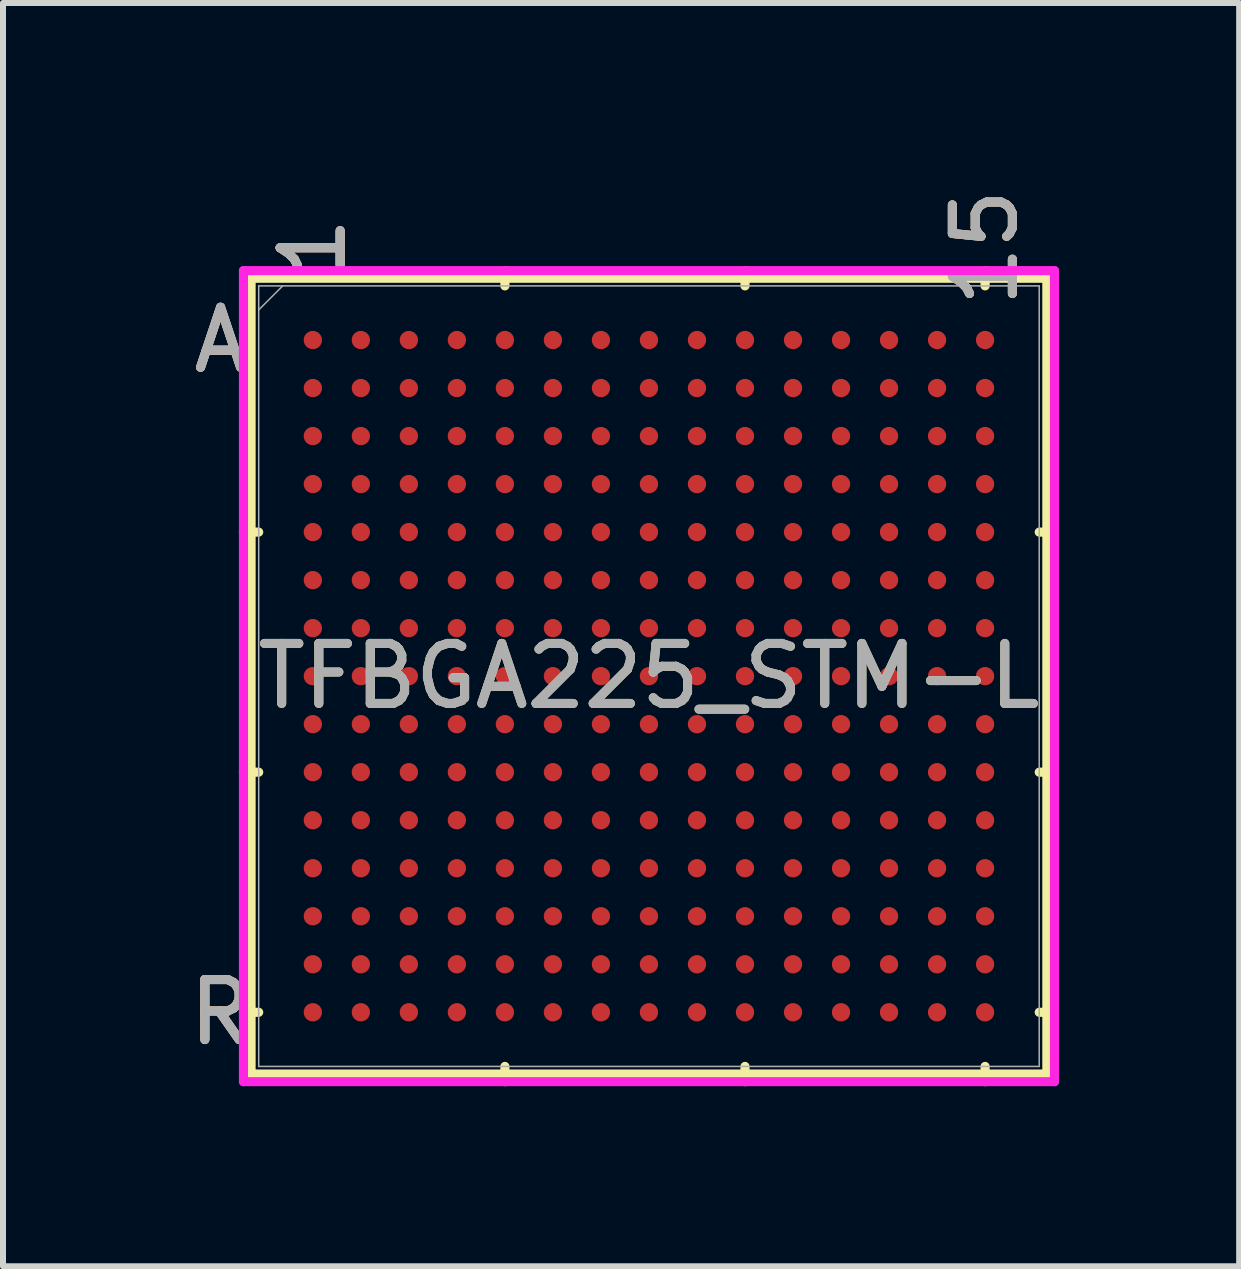
<source format=kicad_pcb>
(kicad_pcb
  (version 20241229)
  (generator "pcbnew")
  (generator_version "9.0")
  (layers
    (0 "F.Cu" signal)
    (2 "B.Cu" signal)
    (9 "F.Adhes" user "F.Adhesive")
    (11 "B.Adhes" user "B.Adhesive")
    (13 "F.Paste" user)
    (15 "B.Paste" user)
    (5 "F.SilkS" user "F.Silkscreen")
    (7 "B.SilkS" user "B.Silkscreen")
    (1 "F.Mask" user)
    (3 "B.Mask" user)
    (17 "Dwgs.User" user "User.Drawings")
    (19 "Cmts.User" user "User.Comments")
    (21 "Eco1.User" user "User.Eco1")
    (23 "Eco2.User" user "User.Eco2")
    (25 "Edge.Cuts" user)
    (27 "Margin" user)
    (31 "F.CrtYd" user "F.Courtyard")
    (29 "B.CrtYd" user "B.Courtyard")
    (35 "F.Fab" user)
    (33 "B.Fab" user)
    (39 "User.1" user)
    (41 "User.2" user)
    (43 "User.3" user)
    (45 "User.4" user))
  (footprint "TFBGA225_STM-L"
    (layer "F.Cu")
    (at 7.762 8.215)
    (property "Reference" "TFBGA225_STM-L" (at 0 0 0) (unlocked yes) (layer "F.SilkS") (effects (font (size 1 1) (thickness 0.15))))
    (attr smd)
    (fp_line (start -6.629 -6.629) (end -6.629 6.629) (stroke (width 0.152) (type solid)) (layer "F.SilkS"))
    (fp_line (start -6.629 6.629) (end 6.629 6.629) (stroke (width 0.152) (type solid)) (layer "F.SilkS"))
    (fp_line (start -6.502 -2.4) (end -6.756 -2.4) (stroke (width 0.152) (type solid)) (layer "F.SilkS"))
    (fp_line (start -6.502 1.6) (end -6.756 1.6) (stroke (width 0.152) (type solid)) (layer "F.SilkS"))
    (fp_line (start -6.502 5.6) (end -6.756 5.6) (stroke (width 0.152) (type solid)) (layer "F.SilkS"))
    (fp_line (start -2.4 -6.502) (end -2.4 -6.756) (stroke (width 0.152) (type solid)) (layer "F.SilkS"))
    (fp_line (start -2.4 6.502) (end -2.4 6.756) (stroke (width 0.152) (type solid)) (layer "F.SilkS"))
    (fp_line (start 1.6 -6.502) (end 1.6 -6.756) (stroke (width 0.152) (type solid)) (layer "F.SilkS"))
    (fp_line (start 1.6 6.502) (end 1.6 6.756) (stroke (width 0.152) (type solid)) (layer "F.SilkS"))
    (fp_line (start 5.6 -6.502) (end 5.6 -6.756) (stroke (width 0.152) (type solid)) (layer "F.SilkS"))
    (fp_line (start 5.6 6.502) (end 5.6 6.756) (stroke (width 0.152) (type solid)) (layer "F.SilkS"))
    (fp_line (start 6.502 -2.4) (end 6.756 -2.4) (stroke (width 0.152) (type solid)) (layer "F.SilkS"))
    (fp_line (start 6.502 1.6) (end 6.756 1.6) (stroke (width 0.152) (type solid)) (layer "F.SilkS"))
    (fp_line (start 6.502 5.6) (end 6.756 5.6) (stroke (width 0.152) (type solid)) (layer "F.SilkS"))
    (fp_line (start 6.629 -6.629) (end -6.629 -6.629) (stroke (width 0.152) (type solid)) (layer "F.SilkS"))
    (fp_line (start 6.629 6.629) (end 6.629 -6.629) (stroke (width 0.152) (type solid)) (layer "F.SilkS"))
    (fp_poly (pts (xy -6.444 -6.444) (xy 6.444 -6.444) (xy 6.444 6.444) (xy -6.444 6.444)) (stroke (width 0.1) (type solid)) (fill no) (layer "Eco2.User"))
    (fp_line (start -6.756 -6.756) (end 6.756 -6.756) (stroke (width 0.152) (type solid)) (layer "F.CrtYd"))
    (fp_line (start -6.756 6.756) (end -6.756 -6.756) (stroke (width 0.152) (type solid)) (layer "F.CrtYd"))
    (fp_line (start 6.756 -6.756) (end 6.756 6.756) (stroke (width 0.152) (type solid)) (layer "F.CrtYd"))
    (fp_line (start 6.756 6.756) (end -6.756 6.756) (stroke (width 0.152) (type solid)) (layer "F.CrtYd"))
    (fp_line (start -6.502 -6.502) (end -6.502 6.502) (stroke (width 0.025) (type solid)) (layer "F.Fab"))
    (fp_line (start -6.502 6.502) (end 6.502 6.502) (stroke (width 0.025) (type solid)) (layer "F.Fab"))
    (fp_line (start -6.102 -6.502) (end -6.502 -6.102) (stroke (width 0.025) (type solid)) (layer "F.Fab"))
    (fp_line (start 6.502 -6.502) (end -6.502 -6.502) (stroke (width 0.025) (type solid)) (layer "F.Fab"))
    (fp_line (start 6.502 6.502) (end 6.502 -6.502) (stroke (width 0.025) (type solid)) (layer "F.Fab"))
    (fp_text user "R" (at -7.137 5.6 0) (unlocked yes) (layer "F.SilkS") (effects (font (size 1 1) (thickness 0.15))))
    (fp_text user "A" (at -7.137 -5.6 0) (unlocked yes) (layer "F.SilkS") (effects (font (size 1 1) (thickness 0.15))))
    (fp_text user "15" (at 5.6 -7.137 90) (unlocked yes) (layer "F.SilkS") (effects (font (size 1 1) (thickness 0.15))))
    (fp_text user "1" (at -5.6 -7.137 90) (unlocked yes) (layer "F.SilkS") (effects (font (size 1 1) (thickness 0.15))))
    (fp_text user "A" (at -7.137 -5.6 0) (unlocked yes) (layer "B.SilkS") (effects (font (size 1 1) (thickness 0.15))))
    (fp_text user "15" (at 5.6 -7.137 90) (unlocked yes) (layer "B.SilkS") (effects (font (size 1 1) (thickness 0.15))))
    (fp_text user "1" (at -5.6 -7.137 90) (unlocked yes) (layer "B.SilkS") (effects (font (size 1 1) (thickness 0.15))))
    (fp_text user "R" (at -7.137 5.6 0) (unlocked yes) (layer "B.SilkS") (effects (font (size 1 1) (thickness 0.15))))
    (fp_text user "15" (at 5.6 -7.137 90) (unlocked yes) (layer "F.Fab") (effects (font (size 1 1) (thickness 0.15))))
    (fp_text user "R" (at -7.137 5.6 0) (unlocked yes) (layer "F.Fab") (effects (font (size 1 1) (thickness 0.15))))
    (fp_text user "${REFERENCE}" (at 0 0 0) (unlocked yes) (layer "F.Fab") (effects (font (size 1 1) (thickness 0.15))))
    (fp_text user "A" (at -7.137 -5.6 0) (unlocked yes) (layer "F.Fab") (effects (font (size 1 1) (thickness 0.15))))
    (fp_text user "1" (at -5.6 -7.137 90) (unlocked yes) (layer "F.Fab") (effects (font (size 1 1) (thickness 0.15))))
    (pad "A1" smd circle (at -5.6 -5.6) (size 0.305 0.305) (layers "F.Cu" "F.Mask" "F.Paste"))
    (pad "A2" smd circle (at -4.8 -5.6) (size 0.305 0.305) (layers "F.Cu" "F.Mask" "F.Paste"))
    (pad "A3" smd circle (at -4 -5.6) (size 0.305 0.305) (layers "F.Cu" "F.Mask" "F.Paste"))
    (pad "A4" smd circle (at -3.2 -5.6) (size 0.305 0.305) (layers "F.Cu" "F.Mask" "F.Paste"))
    (pad "A5" smd circle (at -2.4 -5.6) (size 0.305 0.305) (layers "F.Cu" "F.Mask" "F.Paste"))
    (pad "A6" smd circle (at -1.6 -5.6) (size 0.305 0.305) (layers "F.Cu" "F.Mask" "F.Paste"))
    (pad "A7" smd circle (at -0.8 -5.6) (size 0.305 0.305) (layers "F.Cu" "F.Mask" "F.Paste"))
    (pad "A8" smd circle (at 0 -5.6) (size 0.305 0.305) (layers "F.Cu" "F.Mask" "F.Paste"))
    (pad "A9" smd circle (at 0.8 -5.6) (size 0.305 0.305) (layers "F.Cu" "F.Mask" "F.Paste"))
    (pad "A10" smd circle (at 1.6 -5.6) (size 0.305 0.305) (layers "F.Cu" "F.Mask" "F.Paste"))
    (pad "A11" smd circle (at 2.4 -5.6) (size 0.305 0.305) (layers "F.Cu" "F.Mask" "F.Paste"))
    (pad "A12" smd circle (at 3.2 -5.6) (size 0.305 0.305) (layers "F.Cu" "F.Mask" "F.Paste"))
    (pad "A13" smd circle (at 4 -5.6) (size 0.305 0.305) (layers "F.Cu" "F.Mask" "F.Paste"))
    (pad "A14" smd circle (at 4.8 -5.6) (size 0.305 0.305) (layers "F.Cu" "F.Mask" "F.Paste"))
    (pad "A15" smd circle (at 5.6 -5.6) (size 0.305 0.305) (layers "F.Cu" "F.Mask" "F.Paste"))
    (pad "B1" smd circle (at -5.6 -4.8) (size 0.305 0.305) (layers "F.Cu" "F.Mask" "F.Paste"))
    (pad "B2" smd circle (at -4.8 -4.8) (size 0.305 0.305) (layers "F.Cu" "F.Mask" "F.Paste"))
    (pad "B3" smd circle (at -4 -4.8) (size 0.305 0.305) (layers "F.Cu" "F.Mask" "F.Paste"))
    (pad "B4" smd circle (at -3.2 -4.8) (size 0.305 0.305) (layers "F.Cu" "F.Mask" "F.Paste"))
    (pad "B5" smd circle (at -2.4 -4.8) (size 0.305 0.305) (layers "F.Cu" "F.Mask" "F.Paste"))
    (pad "B6" smd circle (at -1.6 -4.8) (size 0.305 0.305) (layers "F.Cu" "F.Mask" "F.Paste"))
    (pad "B7" smd circle (at -0.8 -4.8) (size 0.305 0.305) (layers "F.Cu" "F.Mask" "F.Paste"))
    (pad "B8" smd circle (at 0 -4.8) (size 0.305 0.305) (layers "F.Cu" "F.Mask" "F.Paste"))
    (pad "B9" smd circle (at 0.8 -4.8) (size 0.305 0.305) (layers "F.Cu" "F.Mask" "F.Paste"))
    (pad "B10" smd circle (at 1.6 -4.8) (size 0.305 0.305) (layers "F.Cu" "F.Mask" "F.Paste"))
    (pad "B11" smd circle (at 2.4 -4.8) (size 0.305 0.305) (layers "F.Cu" "F.Mask" "F.Paste"))
    (pad "B12" smd circle (at 3.2 -4.8) (size 0.305 0.305) (layers "F.Cu" "F.Mask" "F.Paste"))
    (pad "B13" smd circle (at 4 -4.8) (size 0.305 0.305) (layers "F.Cu" "F.Mask" "F.Paste"))
    (pad "B14" smd circle (at 4.8 -4.8) (size 0.305 0.305) (layers "F.Cu" "F.Mask" "F.Paste"))
    (pad "B15" smd circle (at 5.6 -4.8) (size 0.305 0.305) (layers "F.Cu" "F.Mask" "F.Paste"))
    (pad "C1" smd circle (at -5.6 -4) (size 0.305 0.305) (layers "F.Cu" "F.Mask" "F.Paste"))
    (pad "C2" smd circle (at -4.8 -4) (size 0.305 0.305) (layers "F.Cu" "F.Mask" "F.Paste"))
    (pad "C3" smd circle (at -4 -4) (size 0.305 0.305) (layers "F.Cu" "F.Mask" "F.Paste"))
    (pad "C4" smd circle (at -3.2 -4) (size 0.305 0.305) (layers "F.Cu" "F.Mask" "F.Paste"))
    (pad "C5" smd circle (at -2.4 -4) (size 0.305 0.305) (layers "F.Cu" "F.Mask" "F.Paste"))
    (pad "C6" smd circle (at -1.6 -4) (size 0.305 0.305) (layers "F.Cu" "F.Mask" "F.Paste"))
    (pad "C7" smd circle (at -0.8 -4) (size 0.305 0.305) (layers "F.Cu" "F.Mask" "F.Paste"))
    (pad "C8" smd circle (at 0 -4) (size 0.305 0.305) (layers "F.Cu" "F.Mask" "F.Paste"))
    (pad "C9" smd circle (at 0.8 -4) (size 0.305 0.305) (layers "F.Cu" "F.Mask" "F.Paste"))
    (pad "C10" smd circle (at 1.6 -4) (size 0.305 0.305) (layers "F.Cu" "F.Mask" "F.Paste"))
    (pad "C11" smd circle (at 2.4 -4) (size 0.305 0.305) (layers "F.Cu" "F.Mask" "F.Paste"))
    (pad "C12" smd circle (at 3.2 -4) (size 0.305 0.305) (layers "F.Cu" "F.Mask" "F.Paste"))
    (pad "C13" smd circle (at 4 -4) (size 0.305 0.305) (layers "F.Cu" "F.Mask" "F.Paste"))
    (pad "C14" smd circle (at 4.8 -4) (size 0.305 0.305) (layers "F.Cu" "F.Mask" "F.Paste"))
    (pad "C15" smd circle (at 5.6 -4) (size 0.305 0.305) (layers "F.Cu" "F.Mask" "F.Paste"))
    (pad "D1" smd circle (at -5.6 -3.2) (size 0.305 0.305) (layers "F.Cu" "F.Mask" "F.Paste"))
    (pad "D2" smd circle (at -4.8 -3.2) (size 0.305 0.305) (layers "F.Cu" "F.Mask" "F.Paste"))
    (pad "D3" smd circle (at -4 -3.2) (size 0.305 0.305) (layers "F.Cu" "F.Mask" "F.Paste"))
    (pad "D4" smd circle (at -3.2 -3.2) (size 0.305 0.305) (layers "F.Cu" "F.Mask" "F.Paste"))
    (pad "D5" smd circle (at -2.4 -3.2) (size 0.305 0.305) (layers "F.Cu" "F.Mask" "F.Paste"))
    (pad "D6" smd circle (at -1.6 -3.2) (size 0.305 0.305) (layers "F.Cu" "F.Mask" "F.Paste"))
    (pad "D7" smd circle (at -0.8 -3.2) (size 0.305 0.305) (layers "F.Cu" "F.Mask" "F.Paste"))
    (pad "D8" smd circle (at 0 -3.2) (size 0.305 0.305) (layers "F.Cu" "F.Mask" "F.Paste"))
    (pad "D9" smd circle (at 0.8 -3.2) (size 0.305 0.305) (layers "F.Cu" "F.Mask" "F.Paste"))
    (pad "D10" smd circle (at 1.6 -3.2) (size 0.305 0.305) (layers "F.Cu" "F.Mask" "F.Paste"))
    (pad "D11" smd circle (at 2.4 -3.2) (size 0.305 0.305) (layers "F.Cu" "F.Mask" "F.Paste"))
    (pad "D12" smd circle (at 3.2 -3.2) (size 0.305 0.305) (layers "F.Cu" "F.Mask" "F.Paste"))
    (pad "D13" smd circle (at 4 -3.2) (size 0.305 0.305) (layers "F.Cu" "F.Mask" "F.Paste"))
    (pad "D14" smd circle (at 4.8 -3.2) (size 0.305 0.305) (layers "F.Cu" "F.Mask" "F.Paste"))
    (pad "D15" smd circle (at 5.6 -3.2) (size 0.305 0.305) (layers "F.Cu" "F.Mask" "F.Paste"))
    (pad "E1" smd circle (at -5.6 -2.4) (size 0.305 0.305) (layers "F.Cu" "F.Mask" "F.Paste"))
    (pad "E2" smd circle (at -4.8 -2.4) (size 0.305 0.305) (layers "F.Cu" "F.Mask" "F.Paste"))
    (pad "E3" smd circle (at -4 -2.4) (size 0.305 0.305) (layers "F.Cu" "F.Mask" "F.Paste"))
    (pad "E4" smd circle (at -3.2 -2.4) (size 0.305 0.305) (layers "F.Cu" "F.Mask" "F.Paste"))
    (pad "E5" smd circle (at -2.4 -2.4) (size 0.305 0.305) (layers "F.Cu" "F.Mask" "F.Paste"))
    (pad "E6" smd circle (at -1.6 -2.4) (size 0.305 0.305) (layers "F.Cu" "F.Mask" "F.Paste"))
    (pad "E7" smd circle (at -0.8 -2.4) (size 0.305 0.305) (layers "F.Cu" "F.Mask" "F.Paste"))
    (pad "E8" smd circle (at 0 -2.4) (size 0.305 0.305) (layers "F.Cu" "F.Mask" "F.Paste"))
    (pad "E9" smd circle (at 0.8 -2.4) (size 0.305 0.305) (layers "F.Cu" "F.Mask" "F.Paste"))
    (pad "E10" smd circle (at 1.6 -2.4) (size 0.305 0.305) (layers "F.Cu" "F.Mask" "F.Paste"))
    (pad "E11" smd circle (at 2.4 -2.4) (size 0.305 0.305) (layers "F.Cu" "F.Mask" "F.Paste"))
    (pad "E12" smd circle (at 3.2 -2.4) (size 0.305 0.305) (layers "F.Cu" "F.Mask" "F.Paste"))
    (pad "E13" smd circle (at 4 -2.4) (size 0.305 0.305) (layers "F.Cu" "F.Mask" "F.Paste"))
    (pad "E14" smd circle (at 4.8 -2.4) (size 0.305 0.305) (layers "F.Cu" "F.Mask" "F.Paste"))
    (pad "E15" smd circle (at 5.6 -2.4) (size 0.305 0.305) (layers "F.Cu" "F.Mask" "F.Paste"))
    (pad "F1" smd circle (at -5.6 -1.6) (size 0.305 0.305) (layers "F.Cu" "F.Mask" "F.Paste"))
    (pad "F2" smd circle (at -4.8 -1.6) (size 0.305 0.305) (layers "F.Cu" "F.Mask" "F.Paste"))
    (pad "F3" smd circle (at -4 -1.6) (size 0.305 0.305) (layers "F.Cu" "F.Mask" "F.Paste"))
    (pad "F4" smd circle (at -3.2 -1.6) (size 0.305 0.305) (layers "F.Cu" "F.Mask" "F.Paste"))
    (pad "F5" smd circle (at -2.4 -1.6) (size 0.305 0.305) (layers "F.Cu" "F.Mask" "F.Paste"))
    (pad "F6" smd circle (at -1.6 -1.6) (size 0.305 0.305) (layers "F.Cu" "F.Mask" "F.Paste"))
    (pad "F7" smd circle (at -0.8 -1.6) (size 0.305 0.305) (layers "F.Cu" "F.Mask" "F.Paste"))
    (pad "F8" smd circle (at 0 -1.6) (size 0.305 0.305) (layers "F.Cu" "F.Mask" "F.Paste"))
    (pad "F9" smd circle (at 0.8 -1.6) (size 0.305 0.305) (layers "F.Cu" "F.Mask" "F.Paste"))
    (pad "F10" smd circle (at 1.6 -1.6) (size 0.305 0.305) (layers "F.Cu" "F.Mask" "F.Paste"))
    (pad "F11" smd circle (at 2.4 -1.6) (size 0.305 0.305) (layers "F.Cu" "F.Mask" "F.Paste"))
    (pad "F12" smd circle (at 3.2 -1.6) (size 0.305 0.305) (layers "F.Cu" "F.Mask" "F.Paste"))
    (pad "F13" smd circle (at 4 -1.6) (size 0.305 0.305) (layers "F.Cu" "F.Mask" "F.Paste"))
    (pad "F14" smd circle (at 4.8 -1.6) (size 0.305 0.305) (layers "F.Cu" "F.Mask" "F.Paste"))
    (pad "F15" smd circle (at 5.6 -1.6) (size 0.305 0.305) (layers "F.Cu" "F.Mask" "F.Paste"))
    (pad "G1" smd circle (at -5.6 -0.8) (size 0.305 0.305) (layers "F.Cu" "F.Mask" "F.Paste"))
    (pad "G2" smd circle (at -4.8 -0.8) (size 0.305 0.305) (layers "F.Cu" "F.Mask" "F.Paste"))
    (pad "G3" smd circle (at -4 -0.8) (size 0.305 0.305) (layers "F.Cu" "F.Mask" "F.Paste"))
    (pad "G4" smd circle (at -3.2 -0.8) (size 0.305 0.305) (layers "F.Cu" "F.Mask" "F.Paste"))
    (pad "G5" smd circle (at -2.4 -0.8) (size 0.305 0.305) (layers "F.Cu" "F.Mask" "F.Paste"))
    (pad "G6" smd circle (at -1.6 -0.8) (size 0.305 0.305) (layers "F.Cu" "F.Mask" "F.Paste"))
    (pad "G7" smd circle (at -0.8 -0.8) (size 0.305 0.305) (layers "F.Cu" "F.Mask" "F.Paste"))
    (pad "G8" smd circle (at 0 -0.8) (size 0.305 0.305) (layers "F.Cu" "F.Mask" "F.Paste"))
    (pad "G9" smd circle (at 0.8 -0.8) (size 0.305 0.305) (layers "F.Cu" "F.Mask" "F.Paste"))
    (pad "G10" smd circle (at 1.6 -0.8) (size 0.305 0.305) (layers "F.Cu" "F.Mask" "F.Paste"))
    (pad "G11" smd circle (at 2.4 -0.8) (size 0.305 0.305) (layers "F.Cu" "F.Mask" "F.Paste"))
    (pad "G12" smd circle (at 3.2 -0.8) (size 0.305 0.305) (layers "F.Cu" "F.Mask" "F.Paste"))
    (pad "G13" smd circle (at 4 -0.8) (size 0.305 0.305) (layers "F.Cu" "F.Mask" "F.Paste"))
    (pad "G14" smd circle (at 4.8 -0.8) (size 0.305 0.305) (layers "F.Cu" "F.Mask" "F.Paste"))
    (pad "G15" smd circle (at 5.6 -0.8) (size 0.305 0.305) (layers "F.Cu" "F.Mask" "F.Paste"))
    (pad "H1" smd circle (at -5.6 0) (size 0.305 0.305) (layers "F.Cu" "F.Mask" "F.Paste"))
    (pad "H2" smd circle (at -4.8 0) (size 0.305 0.305) (layers "F.Cu" "F.Mask" "F.Paste"))
    (pad "H3" smd circle (at -4 0) (size 0.305 0.305) (layers "F.Cu" "F.Mask" "F.Paste"))
    (pad "H4" smd circle (at -3.2 0) (size 0.305 0.305) (layers "F.Cu" "F.Mask" "F.Paste"))
    (pad "H5" smd circle (at -2.4 0) (size 0.305 0.305) (layers "F.Cu" "F.Mask" "F.Paste"))
    (pad "H6" smd circle (at -1.6 0) (size 0.305 0.305) (layers "F.Cu" "F.Mask" "F.Paste"))
    (pad "H7" smd circle (at -0.8 0) (size 0.305 0.305) (layers "F.Cu" "F.Mask" "F.Paste"))
    (pad "H8" smd circle (at 0 0) (size 0.305 0.305) (layers "F.Cu" "F.Mask" "F.Paste"))
    (pad "H9" smd circle (at 0.8 0) (size 0.305 0.305) (layers "F.Cu" "F.Mask" "F.Paste"))
    (pad "H10" smd circle (at 1.6 0) (size 0.305 0.305) (layers "F.Cu" "F.Mask" "F.Paste"))
    (pad "H11" smd circle (at 2.4 0) (size 0.305 0.305) (layers "F.Cu" "F.Mask" "F.Paste"))
    (pad "H12" smd circle (at 3.2 0) (size 0.305 0.305) (layers "F.Cu" "F.Mask" "F.Paste"))
    (pad "H13" smd circle (at 4 0) (size 0.305 0.305) (layers "F.Cu" "F.Mask" "F.Paste"))
    (pad "H14" smd circle (at 4.8 0) (size 0.305 0.305) (layers "F.Cu" "F.Mask" "F.Paste"))
    (pad "H15" smd circle (at 5.6 0) (size 0.305 0.305) (layers "F.Cu" "F.Mask" "F.Paste"))
    (pad "J1" smd circle (at -5.6 0.8) (size 0.305 0.305) (layers "F.Cu" "F.Mask" "F.Paste"))
    (pad "J2" smd circle (at -4.8 0.8) (size 0.305 0.305) (layers "F.Cu" "F.Mask" "F.Paste"))
    (pad "J3" smd circle (at -4 0.8) (size 0.305 0.305) (layers "F.Cu" "F.Mask" "F.Paste"))
    (pad "J4" smd circle (at -3.2 0.8) (size 0.305 0.305) (layers "F.Cu" "F.Mask" "F.Paste"))
    (pad "J5" smd circle (at -2.4 0.8) (size 0.305 0.305) (layers "F.Cu" "F.Mask" "F.Paste"))
    (pad "J6" smd circle (at -1.6 0.8) (size 0.305 0.305) (layers "F.Cu" "F.Mask" "F.Paste"))
    (pad "J7" smd circle (at -0.8 0.8) (size 0.305 0.305) (layers "F.Cu" "F.Mask" "F.Paste"))
    (pad "J8" smd circle (at 0 0.8) (size 0.305 0.305) (layers "F.Cu" "F.Mask" "F.Paste"))
    (pad "J9" smd circle (at 0.8 0.8) (size 0.305 0.305) (layers "F.Cu" "F.Mask" "F.Paste"))
    (pad "J10" smd circle (at 1.6 0.8) (size 0.305 0.305) (layers "F.Cu" "F.Mask" "F.Paste"))
    (pad "J11" smd circle (at 2.4 0.8) (size 0.305 0.305) (layers "F.Cu" "F.Mask" "F.Paste"))
    (pad "J12" smd circle (at 3.2 0.8) (size 0.305 0.305) (layers "F.Cu" "F.Mask" "F.Paste"))
    (pad "J13" smd circle (at 4 0.8) (size 0.305 0.305) (layers "F.Cu" "F.Mask" "F.Paste"))
    (pad "J14" smd circle (at 4.8 0.8) (size 0.305 0.305) (layers "F.Cu" "F.Mask" "F.Paste"))
    (pad "J15" smd circle (at 5.6 0.8) (size 0.305 0.305) (layers "F.Cu" "F.Mask" "F.Paste"))
    (pad "K1" smd circle (at -5.6 1.6) (size 0.305 0.305) (layers "F.Cu" "F.Mask" "F.Paste"))
    (pad "K2" smd circle (at -4.8 1.6) (size 0.305 0.305) (layers "F.Cu" "F.Mask" "F.Paste"))
    (pad "K3" smd circle (at -4 1.6) (size 0.305 0.305) (layers "F.Cu" "F.Mask" "F.Paste"))
    (pad "K4" smd circle (at -3.2 1.6) (size 0.305 0.305) (layers "F.Cu" "F.Mask" "F.Paste"))
    (pad "K5" smd circle (at -2.4 1.6) (size 0.305 0.305) (layers "F.Cu" "F.Mask" "F.Paste"))
    (pad "K6" smd circle (at -1.6 1.6) (size 0.305 0.305) (layers "F.Cu" "F.Mask" "F.Paste"))
    (pad "K7" smd circle (at -0.8 1.6) (size 0.305 0.305) (layers "F.Cu" "F.Mask" "F.Paste"))
    (pad "K8" smd circle (at 0 1.6) (size 0.305 0.305) (layers "F.Cu" "F.Mask" "F.Paste"))
    (pad "K9" smd circle (at 0.8 1.6) (size 0.305 0.305) (layers "F.Cu" "F.Mask" "F.Paste"))
    (pad "K10" smd circle (at 1.6 1.6) (size 0.305 0.305) (layers "F.Cu" "F.Mask" "F.Paste"))
    (pad "K11" smd circle (at 2.4 1.6) (size 0.305 0.305) (layers "F.Cu" "F.Mask" "F.Paste"))
    (pad "K12" smd circle (at 3.2 1.6) (size 0.305 0.305) (layers "F.Cu" "F.Mask" "F.Paste"))
    (pad "K13" smd circle (at 4 1.6) (size 0.305 0.305) (layers "F.Cu" "F.Mask" "F.Paste"))
    (pad "K14" smd circle (at 4.8 1.6) (size 0.305 0.305) (layers "F.Cu" "F.Mask" "F.Paste"))
    (pad "K15" smd circle (at 5.6 1.6) (size 0.305 0.305) (layers "F.Cu" "F.Mask" "F.Paste"))
    (pad "L1" smd circle (at -5.6 2.4) (size 0.305 0.305) (layers "F.Cu" "F.Mask" "F.Paste"))
    (pad "L2" smd circle (at -4.8 2.4) (size 0.305 0.305) (layers "F.Cu" "F.Mask" "F.Paste"))
    (pad "L3" smd circle (at -4 2.4) (size 0.305 0.305) (layers "F.Cu" "F.Mask" "F.Paste"))
    (pad "L4" smd circle (at -3.2 2.4) (size 0.305 0.305) (layers "F.Cu" "F.Mask" "F.Paste"))
    (pad "L5" smd circle (at -2.4 2.4) (size 0.305 0.305) (layers "F.Cu" "F.Mask" "F.Paste"))
    (pad "L6" smd circle (at -1.6 2.4) (size 0.305 0.305) (layers "F.Cu" "F.Mask" "F.Paste"))
    (pad "L7" smd circle (at -0.8 2.4) (size 0.305 0.305) (layers "F.Cu" "F.Mask" "F.Paste"))
    (pad "L8" smd circle (at 0 2.4) (size 0.305 0.305) (layers "F.Cu" "F.Mask" "F.Paste"))
    (pad "L9" smd circle (at 0.8 2.4) (size 0.305 0.305) (layers "F.Cu" "F.Mask" "F.Paste"))
    (pad "L10" smd circle (at 1.6 2.4) (size 0.305 0.305) (layers "F.Cu" "F.Mask" "F.Paste"))
    (pad "L11" smd circle (at 2.4 2.4) (size 0.305 0.305) (layers "F.Cu" "F.Mask" "F.Paste"))
    (pad "L12" smd circle (at 3.2 2.4) (size 0.305 0.305) (layers "F.Cu" "F.Mask" "F.Paste"))
    (pad "L13" smd circle (at 4 2.4) (size 0.305 0.305) (layers "F.Cu" "F.Mask" "F.Paste"))
    (pad "L14" smd circle (at 4.8 2.4) (size 0.305 0.305) (layers "F.Cu" "F.Mask" "F.Paste"))
    (pad "L15" smd circle (at 5.6 2.4) (size 0.305 0.305) (layers "F.Cu" "F.Mask" "F.Paste"))
    (pad "M1" smd circle (at -5.6 3.2) (size 0.305 0.305) (layers "F.Cu" "F.Mask" "F.Paste"))
    (pad "M2" smd circle (at -4.8 3.2) (size 0.305 0.305) (layers "F.Cu" "F.Mask" "F.Paste"))
    (pad "M3" smd circle (at -4 3.2) (size 0.305 0.305) (layers "F.Cu" "F.Mask" "F.Paste"))
    (pad "M4" smd circle (at -3.2 3.2) (size 0.305 0.305) (layers "F.Cu" "F.Mask" "F.Paste"))
    (pad "M5" smd circle (at -2.4 3.2) (size 0.305 0.305) (layers "F.Cu" "F.Mask" "F.Paste"))
    (pad "M6" smd circle (at -1.6 3.2) (size 0.305 0.305) (layers "F.Cu" "F.Mask" "F.Paste"))
    (pad "M7" smd circle (at -0.8 3.2) (size 0.305 0.305) (layers "F.Cu" "F.Mask" "F.Paste"))
    (pad "M8" smd circle (at 0 3.2) (size 0.305 0.305) (layers "F.Cu" "F.Mask" "F.Paste"))
    (pad "M9" smd circle (at 0.8 3.2) (size 0.305 0.305) (layers "F.Cu" "F.Mask" "F.Paste"))
    (pad "M10" smd circle (at 1.6 3.2) (size 0.305 0.305) (layers "F.Cu" "F.Mask" "F.Paste"))
    (pad "M11" smd circle (at 2.4 3.2) (size 0.305 0.305) (layers "F.Cu" "F.Mask" "F.Paste"))
    (pad "M12" smd circle (at 3.2 3.2) (size 0.305 0.305) (layers "F.Cu" "F.Mask" "F.Paste"))
    (pad "M13" smd circle (at 4 3.2) (size 0.305 0.305) (layers "F.Cu" "F.Mask" "F.Paste"))
    (pad "M14" smd circle (at 4.8 3.2) (size 0.305 0.305) (layers "F.Cu" "F.Mask" "F.Paste"))
    (pad "M15" smd circle (at 5.6 3.2) (size 0.305 0.305) (layers "F.Cu" "F.Mask" "F.Paste"))
    (pad "N1" smd circle (at -5.6 4) (size 0.305 0.305) (layers "F.Cu" "F.Mask" "F.Paste"))
    (pad "N2" smd circle (at -4.8 4) (size 0.305 0.305) (layers "F.Cu" "F.Mask" "F.Paste"))
    (pad "N3" smd circle (at -4 4) (size 0.305 0.305) (layers "F.Cu" "F.Mask" "F.Paste"))
    (pad "N4" smd circle (at -3.2 4) (size 0.305 0.305) (layers "F.Cu" "F.Mask" "F.Paste"))
    (pad "N5" smd circle (at -2.4 4) (size 0.305 0.305) (layers "F.Cu" "F.Mask" "F.Paste"))
    (pad "N6" smd circle (at -1.6 4) (size 0.305 0.305) (layers "F.Cu" "F.Mask" "F.Paste"))
    (pad "N7" smd circle (at -0.8 4) (size 0.305 0.305) (layers "F.Cu" "F.Mask" "F.Paste"))
    (pad "N8" smd circle (at 0 4) (size 0.305 0.305) (layers "F.Cu" "F.Mask" "F.Paste"))
    (pad "N9" smd circle (at 0.8 4) (size 0.305 0.305) (layers "F.Cu" "F.Mask" "F.Paste"))
    (pad "N10" smd circle (at 1.6 4) (size 0.305 0.305) (layers "F.Cu" "F.Mask" "F.Paste"))
    (pad "N11" smd circle (at 2.4 4) (size 0.305 0.305) (layers "F.Cu" "F.Mask" "F.Paste"))
    (pad "N12" smd circle (at 3.2 4) (size 0.305 0.305) (layers "F.Cu" "F.Mask" "F.Paste"))
    (pad "N13" smd circle (at 4 4) (size 0.305 0.305) (layers "F.Cu" "F.Mask" "F.Paste"))
    (pad "N14" smd circle (at 4.8 4) (size 0.305 0.305) (layers "F.Cu" "F.Mask" "F.Paste"))
    (pad "N15" smd circle (at 5.6 4) (size 0.305 0.305) (layers "F.Cu" "F.Mask" "F.Paste"))
    (pad "P1" smd circle (at -5.6 4.8) (size 0.305 0.305) (layers "F.Cu" "F.Mask" "F.Paste"))
    (pad "P2" smd circle (at -4.8 4.8) (size 0.305 0.305) (layers "F.Cu" "F.Mask" "F.Paste"))
    (pad "P3" smd circle (at -4 4.8) (size 0.305 0.305) (layers "F.Cu" "F.Mask" "F.Paste"))
    (pad "P4" smd circle (at -3.2 4.8) (size 0.305 0.305) (layers "F.Cu" "F.Mask" "F.Paste"))
    (pad "P5" smd circle (at -2.4 4.8) (size 0.305 0.305) (layers "F.Cu" "F.Mask" "F.Paste"))
    (pad "P6" smd circle (at -1.6 4.8) (size 0.305 0.305) (layers "F.Cu" "F.Mask" "F.Paste"))
    (pad "P7" smd circle (at -0.8 4.8) (size 0.305 0.305) (layers "F.Cu" "F.Mask" "F.Paste"))
    (pad "P8" smd circle (at 0 4.8) (size 0.305 0.305) (layers "F.Cu" "F.Mask" "F.Paste"))
    (pad "P9" smd circle (at 0.8 4.8) (size 0.305 0.305) (layers "F.Cu" "F.Mask" "F.Paste"))
    (pad "P10" smd circle (at 1.6 4.8) (size 0.305 0.305) (layers "F.Cu" "F.Mask" "F.Paste"))
    (pad "P11" smd circle (at 2.4 4.8) (size 0.305 0.305) (layers "F.Cu" "F.Mask" "F.Paste"))
    (pad "P12" smd circle (at 3.2 4.8) (size 0.305 0.305) (layers "F.Cu" "F.Mask" "F.Paste"))
    (pad "P13" smd circle (at 4 4.8) (size 0.305 0.305) (layers "F.Cu" "F.Mask" "F.Paste"))
    (pad "P14" smd circle (at 4.8 4.8) (size 0.305 0.305) (layers "F.Cu" "F.Mask" "F.Paste"))
    (pad "P15" smd circle (at 5.6 4.8) (size 0.305 0.305) (layers "F.Cu" "F.Mask" "F.Paste"))
    (pad "R1" smd circle (at -5.6 5.6) (size 0.305 0.305) (layers "F.Cu" "F.Mask" "F.Paste"))
    (pad "R2" smd circle (at -4.8 5.6) (size 0.305 0.305) (layers "F.Cu" "F.Mask" "F.Paste"))
    (pad "R3" smd circle (at -4 5.6) (size 0.305 0.305) (layers "F.Cu" "F.Mask" "F.Paste"))
    (pad "R4" smd circle (at -3.2 5.6) (size 0.305 0.305) (layers "F.Cu" "F.Mask" "F.Paste"))
    (pad "R5" smd circle (at -2.4 5.6) (size 0.305 0.305) (layers "F.Cu" "F.Mask" "F.Paste"))
    (pad "R6" smd circle (at -1.6 5.6) (size 0.305 0.305) (layers "F.Cu" "F.Mask" "F.Paste"))
    (pad "R7" smd circle (at -0.8 5.6) (size 0.305 0.305) (layers "F.Cu" "F.Mask" "F.Paste"))
    (pad "R8" smd circle (at 0 5.6) (size 0.305 0.305) (layers "F.Cu" "F.Mask" "F.Paste"))
    (pad "R9" smd circle (at 0.8 5.6) (size 0.305 0.305) (layers "F.Cu" "F.Mask" "F.Paste"))
    (pad "R10" smd circle (at 1.6 5.6) (size 0.305 0.305) (layers "F.Cu" "F.Mask" "F.Paste"))
    (pad "R11" smd circle (at 2.4 5.6) (size 0.305 0.305) (layers "F.Cu" "F.Mask" "F.Paste"))
    (pad "R12" smd circle (at 3.2 5.6) (size 0.305 0.305) (layers "F.Cu" "F.Mask" "F.Paste"))
    (pad "R13" smd circle (at 4 5.6) (size 0.305 0.305) (layers "F.Cu" "F.Mask" "F.Paste"))
    (pad "R14" smd circle (at 4.8 5.6) (size 0.305 0.305) (layers "F.Cu" "F.Mask" "F.Paste"))
    (pad "R15" smd circle (at 5.6 5.6) (size 0.305 0.305) (layers "F.Cu" "F.Mask" "F.Paste")))
  (gr_rect
    (start -3 -3)
    (end 17.595 18.047)
    (stroke (width 0.1) (type default))
    (fill no)
    (layer "Edge.Cuts")))
</source>
